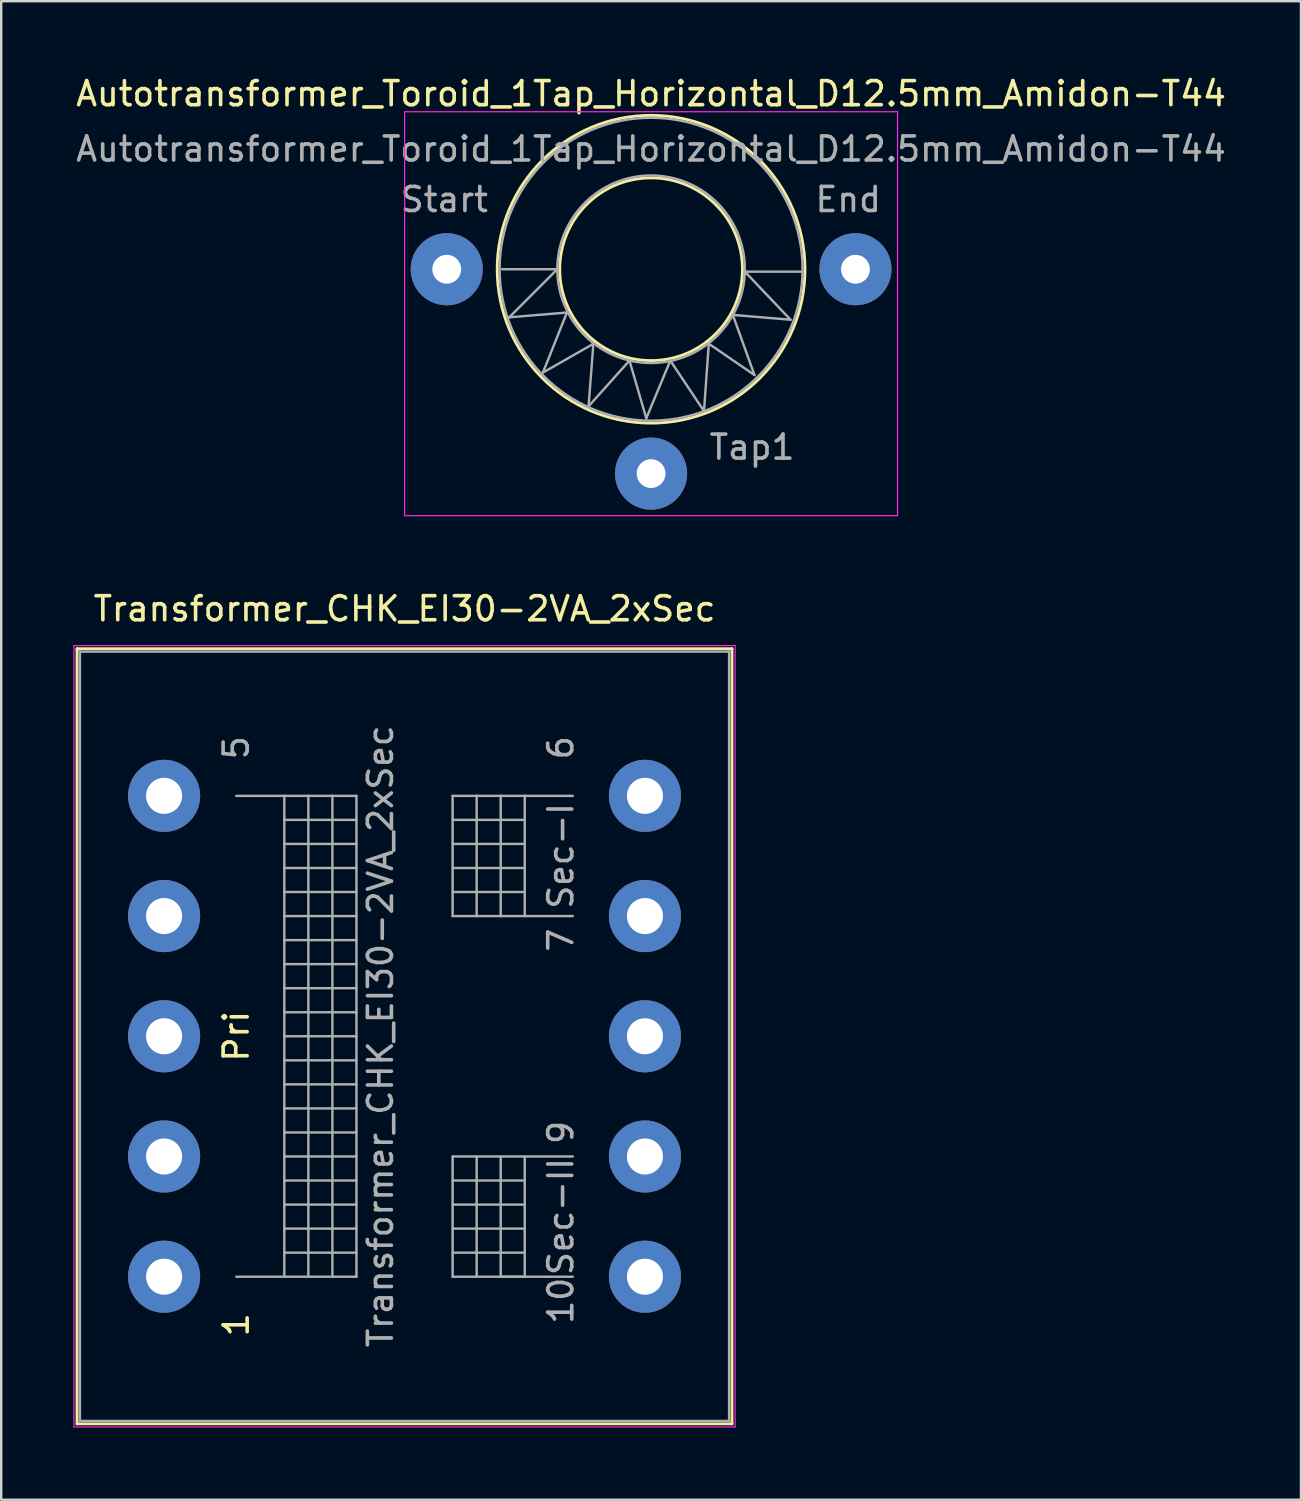
<source format=kicad_pcb>
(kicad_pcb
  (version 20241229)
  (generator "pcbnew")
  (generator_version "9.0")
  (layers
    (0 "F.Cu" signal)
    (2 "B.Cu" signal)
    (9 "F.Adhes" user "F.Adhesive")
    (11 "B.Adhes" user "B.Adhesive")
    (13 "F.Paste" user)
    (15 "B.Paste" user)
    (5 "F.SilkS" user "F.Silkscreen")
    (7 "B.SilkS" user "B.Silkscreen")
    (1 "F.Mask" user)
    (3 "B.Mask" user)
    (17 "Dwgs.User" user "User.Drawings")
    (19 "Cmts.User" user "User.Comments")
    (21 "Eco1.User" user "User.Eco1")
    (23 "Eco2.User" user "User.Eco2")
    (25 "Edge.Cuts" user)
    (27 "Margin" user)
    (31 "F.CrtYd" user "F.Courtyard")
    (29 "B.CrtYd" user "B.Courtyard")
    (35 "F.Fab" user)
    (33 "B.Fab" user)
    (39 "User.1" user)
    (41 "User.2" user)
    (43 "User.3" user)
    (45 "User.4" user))
  (footprint "Autotransformer_Toroid_1Tap_Horizontal_D12.5mm_Amidon-T44"
    (layer "F.Cu")
    (at 15.53 8.148)
    (property "Reference" "Autotransformer_Toroid_1Tap_Horizontal_D12.5mm_Amidon-T44" (at 8.5 -7.3 0) (layer "F.SilkS") (effects (font (size 1 1) (thickness 0.15))))
    (attr through_hole)
    (fp_circle (center 8.5 0) (end 12.3 0) (stroke (width 0.12) (type solid)) (fill no) (layer "F.SilkS"))
    (fp_circle (center 8.5 0) (end 14.9 0) (stroke (width 0.12) (type solid)) (fill no) (layer "F.SilkS"))
    (fp_line (start -1.75 -6.55) (end -1.75 10.25) (stroke (width 0.05) (type solid)) (layer "F.CrtYd"))
    (fp_line (start -1.75 -6.55) (end 18.75 -6.55) (stroke (width 0.05) (type solid)) (layer "F.CrtYd"))
    (fp_line (start 18.75 10.25) (end -1.75 10.25) (stroke (width 0.05) (type solid)) (layer "F.CrtYd"))
    (fp_line (start 18.75 10.25) (end 18.75 -6.55) (stroke (width 0.05) (type solid)) (layer "F.CrtYd"))
    (fp_line (start 2.3 0) (end 4.6 0) (stroke (width 0.1) (type solid)) (layer "F.Fab"))
    (fp_line (start 2.6 2) (end 5 1.8) (stroke (width 0.1) (type solid)) (layer "F.Fab"))
    (fp_line (start 4 4.3) (end 6.1 3.1) (stroke (width 0.1) (type solid)) (layer "F.Fab"))
    (fp_line (start 4.6 0) (end 2.6 2) (stroke (width 0.1) (type solid)) (layer "F.Fab"))
    (fp_line (start 5 1.8) (end 4 4.3) (stroke (width 0.1) (type solid)) (layer "F.Fab"))
    (fp_line (start 5.9 5.7) (end 7.6 3.8) (stroke (width 0.1) (type solid)) (layer "F.Fab"))
    (fp_line (start 6.1 3.1) (end 5.9 5.7) (stroke (width 0.1) (type solid)) (layer "F.Fab"))
    (fp_line (start 7.6 3.8) (end 8.3 6.2) (stroke (width 0.1) (type solid)) (layer "F.Fab"))
    (fp_line (start 8.3 6.2) (end 9.3 3.8) (stroke (width 0.1) (type solid)) (layer "F.Fab"))
    (fp_line (start 9.3 3.8) (end 10.7 5.9) (stroke (width 0.1) (type solid)) (layer "F.Fab"))
    (fp_line (start 10.7 5.9) (end 10.9 3.1) (stroke (width 0.1) (type solid)) (layer "F.Fab"))
    (fp_line (start 10.9 3.1) (end 12.8 4.4) (stroke (width 0.1) (type solid)) (layer "F.Fab"))
    (fp_line (start 11.9 1.9) (end 14.3 2.1) (stroke (width 0.1) (type solid)) (layer "F.Fab"))
    (fp_line (start 12.4 0.1) (end 14.8 0.1) (stroke (width 0.1) (type solid)) (layer "F.Fab"))
    (fp_line (start 12.8 4.4) (end 11.9 1.9) (stroke (width 0.1) (type solid)) (layer "F.Fab"))
    (fp_line (start 14.3 2.1) (end 12.4 0.1) (stroke (width 0.1) (type solid)) (layer "F.Fab"))
    (fp_circle (center 8.5 0) (end 12.4 0) (stroke (width 0.1) (type solid)) (fill no) (layer "F.Fab"))
    (fp_circle (center 8.5 0) (end 14.8 0) (stroke (width 0.1) (type solid)) (fill no) (layer "F.Fab"))
    (fp_text user "End" (at 16.7 -2.9 0) (layer "F.Fab") (effects (font (size 1 1) (thickness 0.15))))
    (fp_text user "Start" (at -0.1 -2.9 0) (layer "F.Fab") (effects (font (size 1 1) (thickness 0.15))))
    (fp_text user "Tap1" (at 12.7 7.4 0) (layer "F.Fab") (effects (font (size 1 1) (thickness 0.15))))
    (fp_text user "${REFERENCE}" (at 8.5 -5 0) (layer "F.Fab") (effects (font (size 1 1) (thickness 0.15))))
    (pad "1" thru_hole circle (at 0 0) (size 3 3) (drill 1.2) (layers "*.Cu" "*.Mask"))
    (pad "2" thru_hole circle (at 8.5 8.5) (size 3 3) (drill 1.2) (layers "*.Cu" "*.Mask"))
    (pad "3" thru_hole circle (at 17 0) (size 3 3) (drill 1.2) (layers "*.Cu" "*.Mask")))
  (footprint "Transformer_CHK_EI30-2VA_2xSec"
    (layer "F.Cu")
    (at 3.775 50.051)
    (property "Reference" "Transformer_CHK_EI30-2VA_2xSec" (at 10 -27.78 0) (layer "F.SilkS") (effects (font (size 1 1) (thickness 0.15))))
    (attr through_hole)
    (fp_line (start -3.62 -26.12) (end -3.62 6.12) (stroke (width 0.12) (type solid)) (layer "F.SilkS"))
    (fp_line (start -3.62 -26.12) (end 23.62 -26.12) (stroke (width 0.12) (type solid)) (layer "F.SilkS"))
    (fp_line (start 23.62 6.12) (end -3.62 6.12) (stroke (width 0.12) (type solid)) (layer "F.SilkS"))
    (fp_line (start 23.62 6.12) (end 23.62 -26.12) (stroke (width 0.12) (type solid)) (layer "F.SilkS"))
    (fp_line (start -3.75 -26.25) (end -3.75 6.25) (stroke (width 0.05) (type solid)) (layer "F.CrtYd"))
    (fp_line (start -3.75 -26.25) (end 23.75 -26.25) (stroke (width 0.05) (type solid)) (layer "F.CrtYd"))
    (fp_line (start 23.75 6.25) (end -3.75 6.25) (stroke (width 0.05) (type solid)) (layer "F.CrtYd"))
    (fp_line (start 23.75 6.25) (end 23.75 -26.25) (stroke (width 0.05) (type solid)) (layer "F.CrtYd"))
    (fp_line (start -3.5 -26) (end -3.5 6) (stroke (width 0.1) (type solid)) (layer "F.Fab"))
    (fp_line (start -3.5 6) (end 23.5 6) (stroke (width 0.1) (type solid)) (layer "F.Fab"))
    (fp_line (start 3 -20) (end 5 -20) (stroke (width 0.1) (type solid)) (layer "F.Fab"))
    (fp_line (start 5 -20) (end 5 0) (stroke (width 0.1) (type solid)) (layer "F.Fab"))
    (fp_line (start 5 -20) (end 6 -20) (stroke (width 0.1) (type solid)) (layer "F.Fab"))
    (fp_line (start 5 -19) (end 8 -19) (stroke (width 0.1) (type solid)) (layer "F.Fab"))
    (fp_line (start 5 -17) (end 8 -17) (stroke (width 0.1) (type solid)) (layer "F.Fab"))
    (fp_line (start 5 -15) (end 8 -15) (stroke (width 0.1) (type solid)) (layer "F.Fab"))
    (fp_line (start 5 -13) (end 8 -13) (stroke (width 0.1) (type solid)) (layer "F.Fab"))
    (fp_line (start 5 -11) (end 8 -11) (stroke (width 0.1) (type solid)) (layer "F.Fab"))
    (fp_line (start 5 -9) (end 8 -9) (stroke (width 0.1) (type solid)) (layer "F.Fab"))
    (fp_line (start 5 -7) (end 8 -7) (stroke (width 0.1) (type solid)) (layer "F.Fab"))
    (fp_line (start 5 -5) (end 8 -5) (stroke (width 0.1) (type solid)) (layer "F.Fab"))
    (fp_line (start 5 -3) (end 8 -3) (stroke (width 0.1) (type solid)) (layer "F.Fab"))
    (fp_line (start 5 -1) (end 8 -1) (stroke (width 0.1) (type solid)) (layer "F.Fab"))
    (fp_line (start 5 0) (end 3 0) (stroke (width 0.1) (type solid)) (layer "F.Fab"))
    (fp_line (start 6 -20) (end 6 0) (stroke (width 0.1) (type solid)) (layer "F.Fab"))
    (fp_line (start 6 -20) (end 7 -20) (stroke (width 0.1) (type solid)) (layer "F.Fab"))
    (fp_line (start 6 0) (end 5 0) (stroke (width 0.1) (type solid)) (layer "F.Fab"))
    (fp_line (start 7 -20) (end 7 0) (stroke (width 0.1) (type solid)) (layer "F.Fab"))
    (fp_line (start 7 -20) (end 8 -20) (stroke (width 0.1) (type solid)) (layer "F.Fab"))
    (fp_line (start 7 0) (end 6 0) (stroke (width 0.1) (type solid)) (layer "F.Fab"))
    (fp_line (start 8 -20) (end 8 0) (stroke (width 0.1) (type solid)) (layer "F.Fab"))
    (fp_line (start 8 -18) (end 5 -18) (stroke (width 0.1) (type solid)) (layer "F.Fab"))
    (fp_line (start 8 -16) (end 5 -16) (stroke (width 0.1) (type solid)) (layer "F.Fab"))
    (fp_line (start 8 -14) (end 5 -14) (stroke (width 0.1) (type solid)) (layer "F.Fab"))
    (fp_line (start 8 -12) (end 5 -12) (stroke (width 0.1) (type solid)) (layer "F.Fab"))
    (fp_line (start 8 -10) (end 5 -10) (stroke (width 0.1) (type solid)) (layer "F.Fab"))
    (fp_line (start 8 -8) (end 5 -8) (stroke (width 0.1) (type solid)) (layer "F.Fab"))
    (fp_line (start 8 -6) (end 5 -6) (stroke (width 0.1) (type solid)) (layer "F.Fab"))
    (fp_line (start 8 -4) (end 5 -4) (stroke (width 0.1) (type solid)) (layer "F.Fab"))
    (fp_line (start 8 -2) (end 5 -2) (stroke (width 0.1) (type solid)) (layer "F.Fab"))
    (fp_line (start 8 0) (end 7 0) (stroke (width 0.1) (type solid)) (layer "F.Fab"))
    (fp_line (start 12 -20) (end 12 -15) (stroke (width 0.1) (type solid)) (layer "F.Fab"))
    (fp_line (start 12 -19) (end 15 -19) (stroke (width 0.1) (type solid)) (layer "F.Fab"))
    (fp_line (start 12 -17) (end 15 -17) (stroke (width 0.1) (type solid)) (layer "F.Fab"))
    (fp_line (start 12 -15) (end 13 -15) (stroke (width 0.1) (type solid)) (layer "F.Fab"))
    (fp_line (start 12 -5) (end 12 0) (stroke (width 0.1) (type solid)) (layer "F.Fab"))
    (fp_line (start 12 -4) (end 15 -4) (stroke (width 0.1) (type solid)) (layer "F.Fab"))
    (fp_line (start 12 -2) (end 15 -2) (stroke (width 0.1) (type solid)) (layer "F.Fab"))
    (fp_line (start 12 0) (end 17 0) (stroke (width 0.1) (type solid)) (layer "F.Fab"))
    (fp_line (start 13 -20) (end 12 -20) (stroke (width 0.1) (type solid)) (layer "F.Fab"))
    (fp_line (start 13 -20) (end 13 -15) (stroke (width 0.1) (type solid)) (layer "F.Fab"))
    (fp_line (start 13 -15) (end 14 -15) (stroke (width 0.1) (type solid)) (layer "F.Fab"))
    (fp_line (start 13 -5) (end 13 0) (stroke (width 0.1) (type solid)) (layer "F.Fab"))
    (fp_line (start 14 -20) (end 13 -20) (stroke (width 0.1) (type solid)) (layer "F.Fab"))
    (fp_line (start 14 -20) (end 14 -15) (stroke (width 0.1) (type solid)) (layer "F.Fab"))
    (fp_line (start 14 -15) (end 15 -15) (stroke (width 0.1) (type solid)) (layer "F.Fab"))
    (fp_line (start 14 0) (end 14 -5) (stroke (width 0.1) (type solid)) (layer "F.Fab"))
    (fp_line (start 15 -20) (end 14 -20) (stroke (width 0.1) (type solid)) (layer "F.Fab"))
    (fp_line (start 15 -20) (end 15 -15) (stroke (width 0.1) (type solid)) (layer "F.Fab"))
    (fp_line (start 15 -18) (end 12 -18) (stroke (width 0.1) (type solid)) (layer "F.Fab"))
    (fp_line (start 15 -16) (end 12 -16) (stroke (width 0.1) (type solid)) (layer "F.Fab"))
    (fp_line (start 15 -15) (end 17 -15) (stroke (width 0.1) (type solid)) (layer "F.Fab"))
    (fp_line (start 15 -5) (end 15 0) (stroke (width 0.1) (type solid)) (layer "F.Fab"))
    (fp_line (start 15 -3) (end 12 -3) (stroke (width 0.1) (type solid)) (layer "F.Fab"))
    (fp_line (start 15 -1) (end 12 -1) (stroke (width 0.1) (type solid)) (layer "F.Fab"))
    (fp_line (start 15 0) (end 14 0) (stroke (width 0.1) (type solid)) (layer "F.Fab"))
    (fp_line (start 17 -20) (end 15 -20) (stroke (width 0.1) (type solid)) (layer "F.Fab"))
    (fp_line (start 17 -5) (end 12 -5) (stroke (width 0.1) (type solid)) (layer "F.Fab"))
    (fp_line (start 23.5 -26) (end -3.5 -26) (stroke (width 0.1) (type solid)) (layer "F.Fab"))
    (fp_line (start 23.5 6) (end 23.5 -26) (stroke (width 0.1) (type solid)) (layer "F.Fab"))
    (fp_text user "1" (at 3 2 90) (layer "F.SilkS") (effects (font (size 1 1) (thickness 0.15))))
    (fp_text user "Pri" (at 3 -10 90) (layer "F.SilkS") (effects (font (size 1 1) (thickness 0.15))))
    (fp_text user "${REFERENCE}" (at 9 -10 90) (layer "F.Fab") (effects (font (size 1 1) (thickness 0.15))))
    (fp_text user "5" (at 3 -22 90) (layer "F.Fab") (effects (font (size 1 1) (thickness 0.15))))
    (fp_text user "6" (at 16.5 -22 90) (layer "F.Fab") (effects (font (size 1 1) (thickness 0.15))))
    (fp_text user "7" (at 16.5 -14 90) (layer "F.Fab") (effects (font (size 1 1) (thickness 0.15))))
    (fp_text user "10" (at 16.5 1 90) (layer "F.Fab") (effects (font (size 1 1) (thickness 0.15))))
    (fp_text user "Sec-II" (at 16.5 -2.5 90) (layer "F.Fab") (effects (font (size 1 1) (thickness 0.15))))
    (fp_text user "9" (at 16.5 -6 90) (layer "F.Fab") (effects (font (size 1 1) (thickness 0.15))))
    (fp_text user "Sec-I" (at 16.5 -17.5 90) (layer "F.Fab") (effects (font (size 1 1) (thickness 0.15))))
    (pad "1" thru_hole circle (at 0 0) (size 3 3) (drill 1.5) (layers "*.Cu" "*.Mask"))
    (pad "2" thru_hole circle (at 0 -5) (size 3 3) (drill 1.5) (layers "*.Cu" "*.Mask"))
    (pad "3" thru_hole circle (at 0 -10) (size 3 3) (drill 1.5) (layers "*.Cu" "*.Mask"))
    (pad "4" thru_hole circle (at 0 -15) (size 3 3) (drill 1.5) (layers "*.Cu" "*.Mask"))
    (pad "5" thru_hole circle (at 0 -20) (size 3 3) (drill 1.5) (layers "*.Cu" "*.Mask"))
    (pad "6" thru_hole circle (at 20 -20) (size 3 3) (drill 1.5) (layers "*.Cu" "*.Mask"))
    (pad "7" thru_hole circle (at 20 -15) (size 3 3) (drill 1.5) (layers "*.Cu" "*.Mask"))
    (pad "8" thru_hole circle (at 20 -10) (size 3 3) (drill 1.5) (layers "*.Cu" "*.Mask"))
    (pad "9" thru_hole circle (at 20 -5) (size 3 3) (drill 1.5) (layers "*.Cu" "*.Mask"))
    (pad "10" thru_hole circle (at 20 0) (size 3 3) (drill 1.5) (layers "*.Cu" "*.Mask")))
  (gr_rect
    (start -3 -3)
    (end 51.06 59.327)
    (stroke (width 0.1) (type default))
    (fill no)
    (layer "Edge.Cuts")))
</source>
